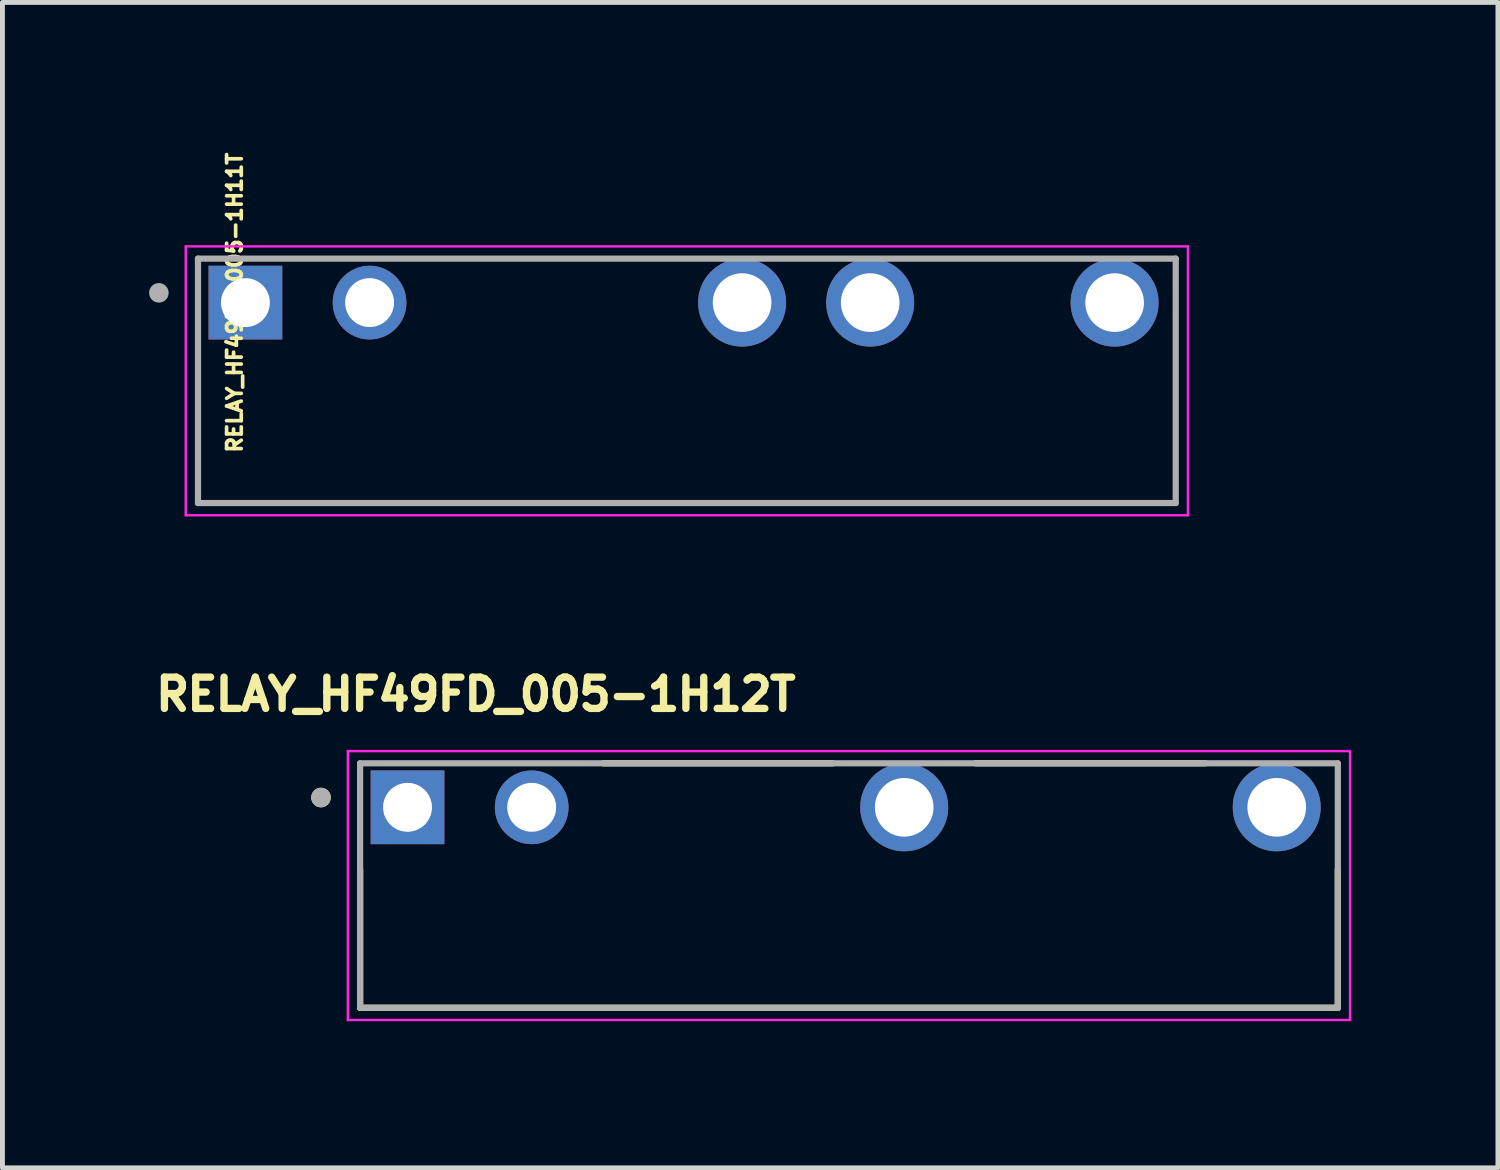
<source format=kicad_pcb>
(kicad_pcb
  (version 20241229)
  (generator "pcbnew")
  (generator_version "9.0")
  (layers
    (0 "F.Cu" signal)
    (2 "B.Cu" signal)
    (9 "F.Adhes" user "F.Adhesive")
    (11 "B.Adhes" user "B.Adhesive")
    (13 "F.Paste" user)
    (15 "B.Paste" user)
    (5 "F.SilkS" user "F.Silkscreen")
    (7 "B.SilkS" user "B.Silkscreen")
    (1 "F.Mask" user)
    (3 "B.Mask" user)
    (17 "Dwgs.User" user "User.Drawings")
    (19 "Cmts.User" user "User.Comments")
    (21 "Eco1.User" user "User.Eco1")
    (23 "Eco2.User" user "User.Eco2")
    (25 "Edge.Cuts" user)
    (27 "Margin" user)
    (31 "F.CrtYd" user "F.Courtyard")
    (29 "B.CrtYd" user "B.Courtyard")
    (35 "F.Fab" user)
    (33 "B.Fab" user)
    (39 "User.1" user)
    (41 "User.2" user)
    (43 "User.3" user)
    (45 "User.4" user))
  (footprint "RELAY_HF49FD_005-1H12T"
    (layer "F.Cu")
    (at 14.316 15.064)
    (property "Reference" "RELAY_HF49FD_005-1H12T" (at -7.633 -3.911 0) (layer "F.SilkS") (effects (font (size 0.64 0.64) (thickness 0.15))))
    (attr through_hole)
    (fp_line (start -10 -0.33) (end -10 2.5) (stroke (width 0.127) (type solid)) (layer "F.SilkS"))
    (fp_line (start -10 2.5) (end 10 2.5) (stroke (width 0.127) (type solid)) (layer "F.SilkS"))
    (fp_line (start -0.33 -2.5) (end -5.03 -2.5) (stroke (width 0.127) (type solid)) (layer "F.SilkS"))
    (fp_line (start 7.29 -2.5) (end 2.59 -2.5) (stroke (width 0.127) (type solid)) (layer "F.SilkS"))
    (fp_line (start 10 -0.33) (end 10 2.5) (stroke (width 0.127) (type solid)) (layer "F.SilkS"))
    (fp_circle (center -10.8 -1.8) (end -10.7 -1.8) (stroke (width 0.2) (type solid)) (fill no) (layer "F.SilkS"))
    (fp_line (start -10.25 -2.75) (end -10.25 2.75) (stroke (width 0.05) (type solid)) (layer "F.CrtYd"))
    (fp_line (start -10.25 2.75) (end 10.25 2.75) (stroke (width 0.05) (type solid)) (layer "F.CrtYd"))
    (fp_line (start 10.25 -2.75) (end -10.25 -2.75) (stroke (width 0.05) (type solid)) (layer "F.CrtYd"))
    (fp_line (start 10.25 2.75) (end 10.25 -2.75) (stroke (width 0.05) (type solid)) (layer "F.CrtYd"))
    (fp_line (start -10 -2.5) (end -10 2.5) (stroke (width 0.127) (type solid)) (layer "F.Fab"))
    (fp_line (start -10 2.5) (end 10 2.5) (stroke (width 0.127) (type solid)) (layer "F.Fab"))
    (fp_line (start 10 -2.5) (end -10 -2.5) (stroke (width 0.127) (type solid)) (layer "F.Fab"))
    (fp_line (start 10 2.5) (end 10 -2.5) (stroke (width 0.127) (type solid)) (layer "F.Fab"))
    (fp_circle (center -10.8 -1.8) (end -10.7 -1.8) (stroke (width 0.2) (type solid)) (fill no) (layer "F.Fab"))
    (pad "1" thru_hole rect (at -9.03 -1.6) (size 1.508 1.508) (drill 1) (layers "*.Cu" "*.Mask"))
    (pad "2" thru_hole circle (at -6.49 -1.6) (size 1.508 1.508) (drill 1) (layers "*.Cu" "*.Mask"))
    (pad "3" thru_hole circle (at 1.13 -1.6) (size 1.8 1.8) (drill 1.2) (layers "*.Cu" "*.Mask"))
    (pad "4" thru_hole circle (at 8.75 -1.6) (size 1.8 1.8) (drill 1.2) (layers "*.Cu" "*.Mask")))
  (footprint "RELAY_HF49FD_005-1H11T"
    (layer "F.Cu")
    (at 11 4.74)
    (property "Reference" "RELAY_HF49FD_005-1H11T" (at -9.25 -1.6 270) (layer "F.SilkS") (effects (font (size 0.3 0.3) (thickness 0.075))))
    (attr through_hole)
    (fp_line (start -10.25 -2.75) (end -10.25 2.75) (stroke (width 0.05) (type solid)) (layer "F.CrtYd"))
    (fp_line (start -10.25 2.75) (end 10.25 2.75) (stroke (width 0.05) (type solid)) (layer "F.CrtYd"))
    (fp_line (start 10.25 -2.75) (end -10.25 -2.75) (stroke (width 0.05) (type solid)) (layer "F.CrtYd"))
    (fp_line (start 10.25 2.75) (end 10.25 -2.75) (stroke (width 0.05) (type solid)) (layer "F.CrtYd"))
    (fp_line (start -10 -2.5) (end -10 2.5) (stroke (width 0.127) (type solid)) (layer "F.Fab"))
    (fp_line (start -10 2.5) (end 10 2.5) (stroke (width 0.127) (type solid)) (layer "F.Fab"))
    (fp_line (start 10 -2.5) (end -10 -2.5) (stroke (width 0.127) (type solid)) (layer "F.Fab"))
    (fp_line (start 10 2.5) (end 10 -2.5) (stroke (width 0.127) (type solid)) (layer "F.Fab"))
    (fp_circle (center -10.8 -1.8) (end -10.7 -1.8) (stroke (width 0.2) (type solid)) (fill no) (layer "F.Fab"))
    (pad "1" thru_hole rect (at -9.03 -1.6) (size 1.508 1.508) (drill 1) (layers "*.Cu" "*.Mask"))
    (pad "2" thru_hole circle (at -6.49 -1.6) (size 1.508 1.508) (drill 1) (layers "*.Cu" "*.Mask"))
    (pad "3" thru_hole circle (at 1.13 -1.6) (size 1.8 1.8) (drill 1.2) (layers "*.Cu" "*.Mask"))
    (pad "3" thru_hole circle (at 3.75 -1.6) (size 1.8 1.8) (drill 1.2) (layers "*.Cu" "*.Mask"))
    (pad "4" thru_hole circle (at 8.75 -1.6) (size 1.8 1.8) (drill 1.2) (layers "*.Cu" "*.Mask")))
  (gr_rect
    (start -3 -3)
    (end 27.591 20.839)
    (stroke (width 0.1) (type default))
    (fill no)
    (layer "Edge.Cuts")))
</source>
